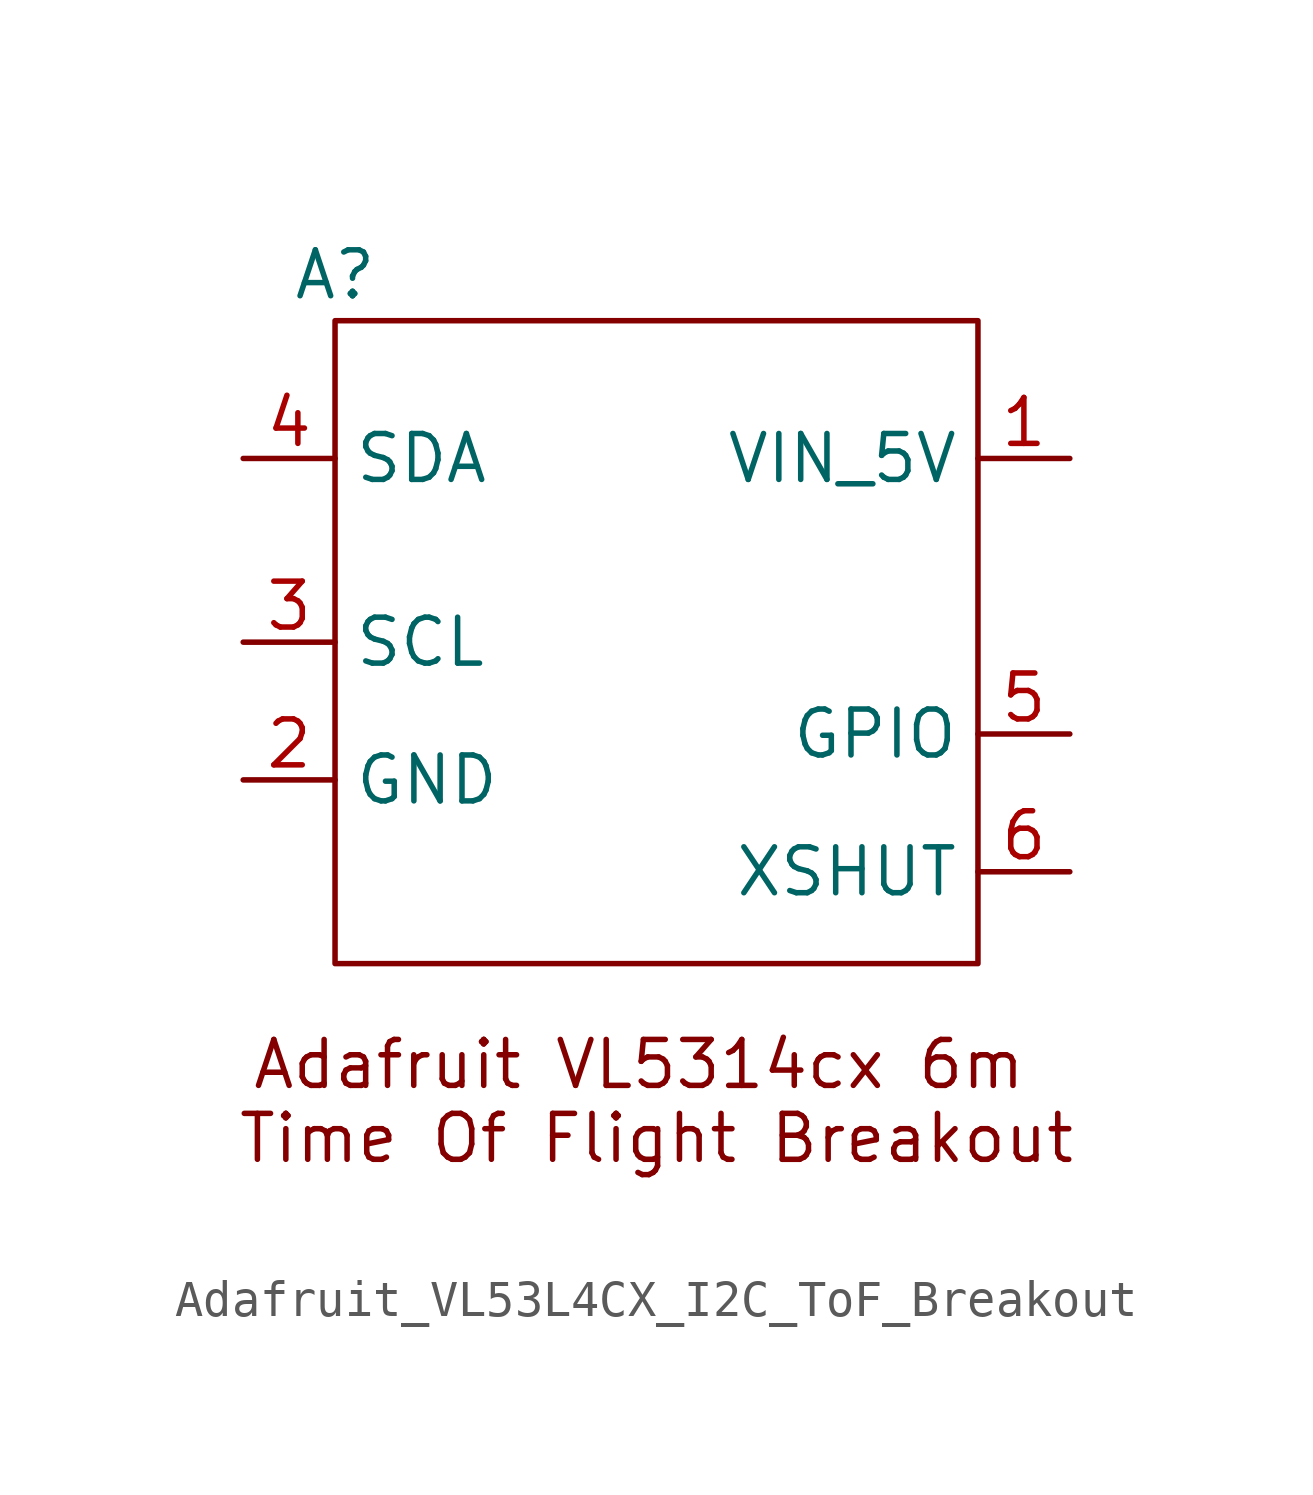
<source format=kicad_sym>
(kicad_symbol_lib
  (version 20220914)
  (generator kicad_symbol_editor)
  (symbol "Adafruit_VL53L4CX_I2C_ToF_Breakout"
    (property "Reference" "A"
      (at -8.89 8.89 0)
      (effects (font (size 1.27 1.27))))
    (property "Value" ""
      (at 5.08 -1.27 0)
      (effects (font (size 1.27 1.27))))
    (symbol "Adafruit_VL53L4CX_I2C_ToF_Breakout_0_1"
      (rectangle (start -8.89 7.62) (end 8.89 -10.16) (stroke (width 0) (type default)) (fill (type none))))
    (symbol "Adafruit_VL53L4CX_I2C_ToF_Breakout_1_1"
      (text "Adafruit VL5314cx 6m \nTime Of Flight Breakout" (at 0 -13.97 0) (effects (font (size 1.27 1.27))))
      (pin power_in line (at 11.43 3.81 180) (length 2.54) (name "VIN_5V" (effects (font (size 1.27 1.27)))) (number "1" (effects (font (size 1.27 1.27)))))
      (pin power_in line (at -11.43 -5.08 0) (length 2.54) (name "GND" (effects (font (size 1.27 1.27)))) (number "2" (effects (font (size 1.27 1.27)))))
      (pin input line (at -11.43 -1.27 0) (length 2.54) (name "SCL" (effects (font (size 1.27 1.27)))) (number "3" (effects (font (size 1.27 1.27)))))
      (pin input line (at -11.43 3.81 0) (length 2.54) (name "SDA" (effects (font (size 1.27 1.27)))) (number "4" (effects (font (size 1.27 1.27)))))
      (pin output line (at 11.43 -3.81 180) (length 2.54) (name "GPIO" (effects (font (size 1.27 1.27)))) (number "5" (effects (font (size 1.27 1.27)))))
      (pin input line (at 11.43 -7.62 180) (length 2.54) (name "XSHUT" (effects (font (size 1.27 1.27)))) (number "6" (effects (font (size 1.27 1.27))))))))
</source>
